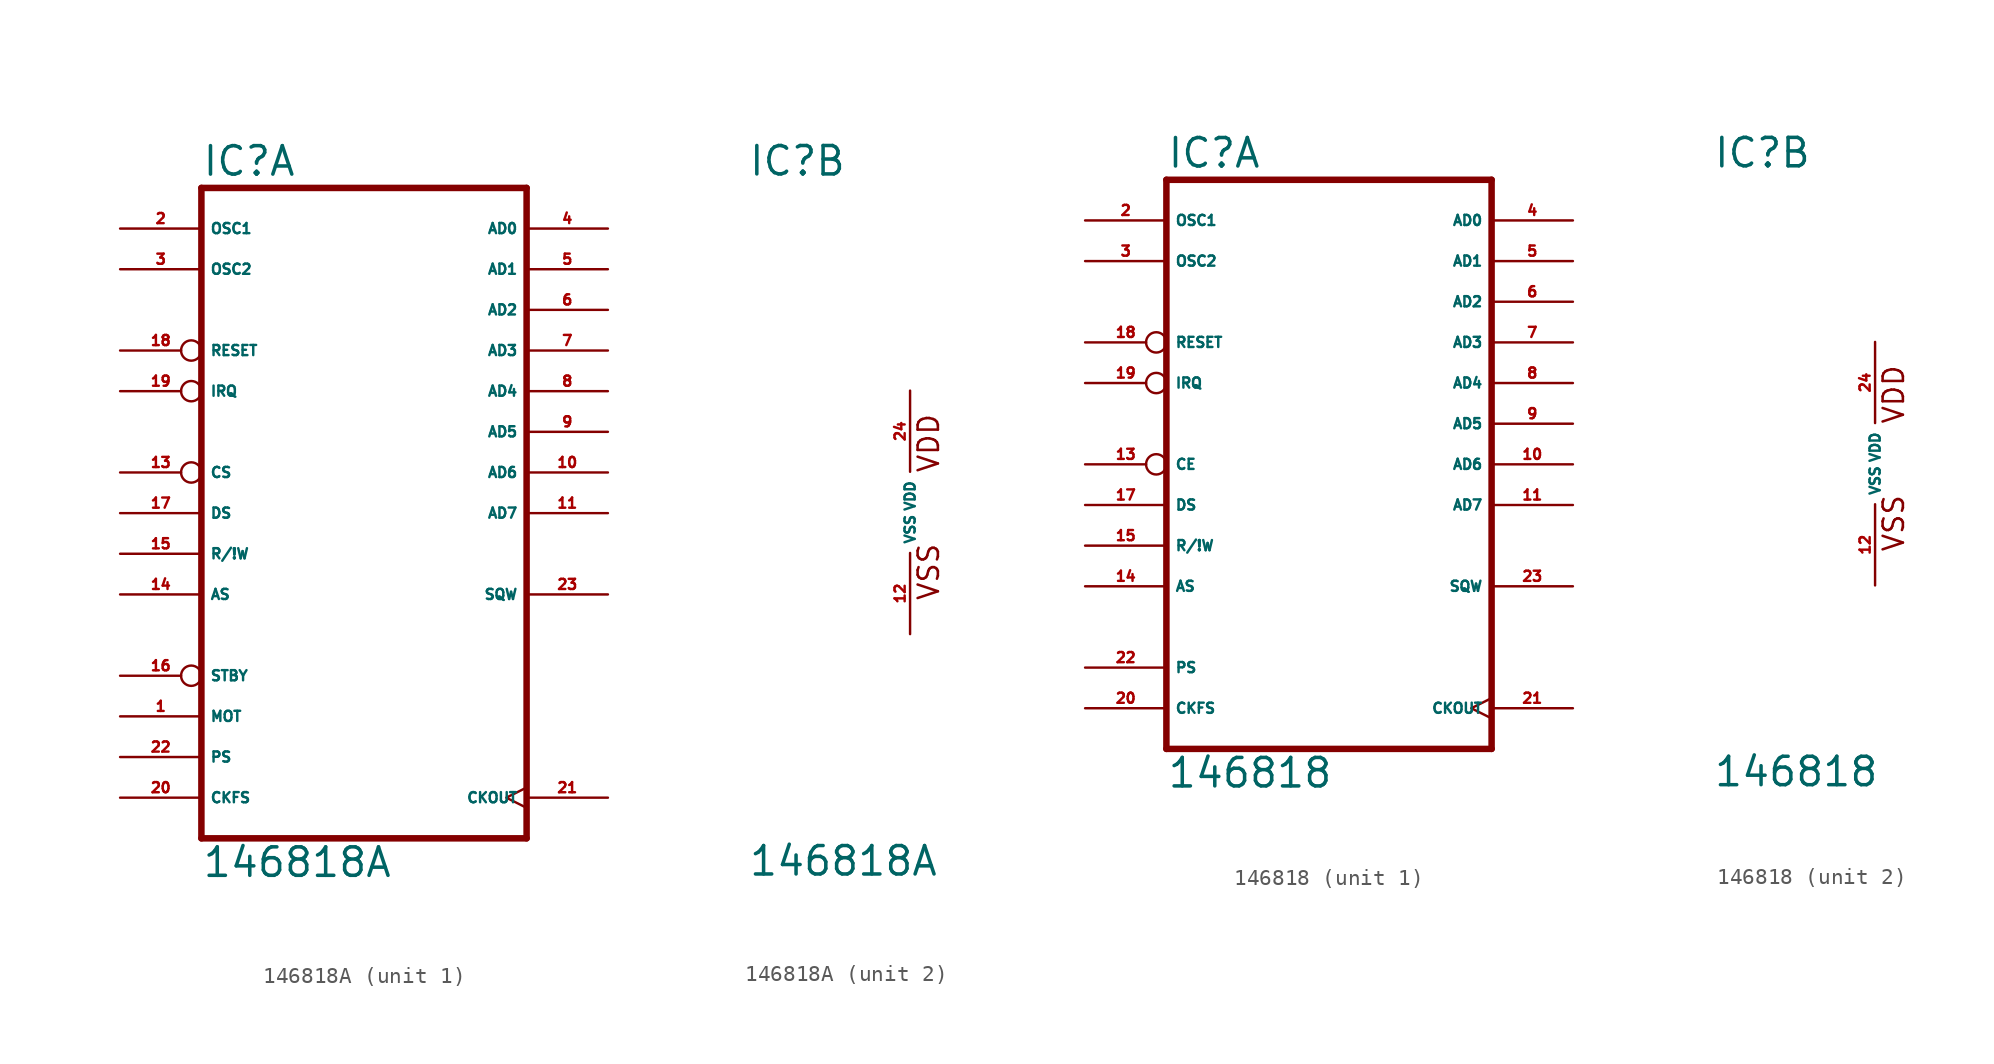
<source format=kicad_sym>
(kicad_symbol_lib
  (version 20220914)
  (generator Eagle2Kicad)
  (symbol "146818A"
    (property "Reference" "IC"
      (at -10.16 20.955 0)
      (effects (font (size 1.778 1.778) (thickness 0.22)) (justify left bottom)))
    (property "Value" "146818A"
      (at -10.16 -22.86 0)
      (effects (font (size 1.778 1.778) (thickness 0.22)) (justify left bottom)))
    (symbol "146818A_1_0"
      (polyline (pts (xy -10.16 -20.32) (xy 10.16 -20.32)) (stroke (width 0.406) (type default)) (fill (type none)))
      (polyline (pts (xy 10.16 -20.32) (xy 10.16 20.32)) (stroke (width 0.406) (type default)) (fill (type none)))
      (polyline (pts (xy 10.16 20.32) (xy -10.16 20.32)) (stroke (width 0.406) (type default)) (fill (type none)))
      (polyline (pts (xy -10.16 20.32) (xy -10.16 -20.32)) (stroke (width 0.406) (type default)) (fill (type none)))
      (pin input line (at -15.24 -12.7 0) (length 5.08) (name "MOT" (effects (font (size 0.635 0.635) (thickness 0.08)) (justify left bottom))) (number "1" (effects (font (size 0.635 0.635) (thickness 0.08)) (justify left bottom))))
      (pin input line (at -15.24 17.78 0) (length 5.08) (name "OSC1" (effects (font (size 0.635 0.635) (thickness 0.08)) (justify left bottom))) (number "2" (effects (font (size 0.635 0.635) (thickness 0.08)) (justify left bottom))))
      (pin passive line (at -15.24 15.24 0) (length 5.08) (name "OSC2" (effects (font (size 0.635 0.635) (thickness 0.08)) (justify left bottom))) (number "3" (effects (font (size 0.635 0.635) (thickness 0.08)) (justify left bottom))))
      (pin bidirectional line (at 15.24 17.78 180) (length 5.08) (name "AD0" (effects (font (size 0.635 0.635) (thickness 0.08)) (justify left bottom))) (number "4" (effects (font (size 0.635 0.635) (thickness 0.08)) (justify left bottom))))
      (pin bidirectional line (at 15.24 15.24 180) (length 5.08) (name "AD1" (effects (font (size 0.635 0.635) (thickness 0.08)) (justify left bottom))) (number "5" (effects (font (size 0.635 0.635) (thickness 0.08)) (justify left bottom))))
      (pin bidirectional line (at 15.24 12.7 180) (length 5.08) (name "AD2" (effects (font (size 0.635 0.635) (thickness 0.08)) (justify left bottom))) (number "6" (effects (font (size 0.635 0.635) (thickness 0.08)) (justify left bottom))))
      (pin bidirectional line (at 15.24 10.16 180) (length 5.08) (name "AD3" (effects (font (size 0.635 0.635) (thickness 0.08)) (justify left bottom))) (number "7" (effects (font (size 0.635 0.635) (thickness 0.08)) (justify left bottom))))
      (pin bidirectional line (at 15.24 7.62 180) (length 5.08) (name "AD4" (effects (font (size 0.635 0.635) (thickness 0.08)) (justify left bottom))) (number "8" (effects (font (size 0.635 0.635) (thickness 0.08)) (justify left bottom))))
      (pin bidirectional line (at 15.24 5.08 180) (length 5.08) (name "AD5" (effects (font (size 0.635 0.635) (thickness 0.08)) (justify left bottom))) (number "9" (effects (font (size 0.635 0.635) (thickness 0.08)) (justify left bottom))))
      (pin bidirectional line (at 15.24 2.54 180) (length 5.08) (name "AD6" (effects (font (size 0.635 0.635) (thickness 0.08)) (justify left bottom))) (number "10" (effects (font (size 0.635 0.635) (thickness 0.08)) (justify left bottom))))
      (pin bidirectional line (at 15.24 0 180) (length 5.08) (name "AD7" (effects (font (size 0.635 0.635) (thickness 0.08)) (justify left bottom))) (number "11" (effects (font (size 0.635 0.635) (thickness 0.08)) (justify left bottom))))
      (pin input inverted (at -15.24 2.54 0) (length 5.08) (name "CS" (effects (font (size 0.635 0.635) (thickness 0.08)) (justify left bottom))) (number "13" (effects (font (size 0.635 0.635) (thickness 0.08)) (justify left bottom))))
      (pin input line (at -15.24 -5.08 0) (length 5.08) (name "AS" (effects (font (size 0.635 0.635) (thickness 0.08)) (justify left bottom))) (number "14" (effects (font (size 0.635 0.635) (thickness 0.08)) (justify left bottom))))
      (pin input line (at -15.24 -2.54 0) (length 5.08) (name "R/!W" (effects (font (size 0.635 0.635) (thickness 0.08)) (justify left bottom))) (number "15" (effects (font (size 0.635 0.635) (thickness 0.08)) (justify left bottom))))
      (pin input inverted (at -15.24 -10.16 0) (length 5.08) (name "STBY" (effects (font (size 0.635 0.635) (thickness 0.08)) (justify left bottom))) (number "16" (effects (font (size 0.635 0.635) (thickness 0.08)) (justify left bottom))))
      (pin input line (at -15.24 0 0) (length 5.08) (name "DS" (effects (font (size 0.635 0.635) (thickness 0.08)) (justify left bottom))) (number "17" (effects (font (size 0.635 0.635) (thickness 0.08)) (justify left bottom))))
      (pin input inverted (at -15.24 10.16 0) (length 5.08) (name "RESET" (effects (font (size 0.635 0.635) (thickness 0.08)) (justify left bottom))) (number "18" (effects (font (size 0.635 0.635) (thickness 0.08)) (justify left bottom))))
      (pin output inverted (at -15.24 7.62 0) (length 5.08) (name "IRQ" (effects (font (size 0.635 0.635) (thickness 0.08)) (justify left bottom))) (number "19" (effects (font (size 0.635 0.635) (thickness 0.08)) (justify left bottom))))
      (pin input line (at -15.24 -17.78 0) (length 5.08) (name "CKFS" (effects (font (size 0.635 0.635) (thickness 0.08)) (justify left bottom))) (number "20" (effects (font (size 0.635 0.635) (thickness 0.08)) (justify left bottom))))
      (pin output clock (at 15.24 -17.78 180) (length 5.08) (name "CKOUT" (effects (font (size 0.635 0.635) (thickness 0.08)) (justify left bottom))) (number "21" (effects (font (size 0.635 0.635) (thickness 0.08)) (justify left bottom))))
      (pin input line (at -15.24 -15.24 0) (length 5.08) (name "PS" (effects (font (size 0.635 0.635) (thickness 0.08)) (justify left bottom))) (number "22" (effects (font (size 0.635 0.635) (thickness 0.08)) (justify left bottom))))
      (pin output line (at 15.24 -5.08 180) (length 5.08) (name "SQW" (effects (font (size 0.635 0.635) (thickness 0.08)) (justify left bottom))) (number "23" (effects (font (size 0.635 0.635) (thickness 0.08)) (justify left bottom)))))
    (symbol "146818A_2_0"
      (text "VSS" (at 1.905 -5.588 900) (effects (font (size 1.27 1.27) (thickness 0.16)) (justify left bottom)))
      (text "VDD" (at 1.905 2.413 900) (effects (font (size 1.27 1.27) (thickness 0.16)) (justify left bottom)))
      (pin unspecified line (at 0 -7.62 90) (length 5.08) (name "VSS" (effects (font (size 0.635 0.635) (thickness 0.08)) (justify left bottom))) (number "12" (effects (font (size 0.635 0.635) (thickness 0.08)) (justify left bottom))))
      (pin unspecified line (at 0 7.62 270) (length 5.08) (name "VDD" (effects (font (size 0.635 0.635) (thickness 0.08)) (justify left bottom))) (number "24" (effects (font (size 0.635 0.635) (thickness 0.08)) (justify left bottom))))))
  (symbol "146818"
    (property "Reference" "IC"
      (at -10.16 18.415 0)
      (effects (font (size 1.778 1.778) (thickness 0.22)) (justify left bottom)))
    (property "Value" "146818"
      (at -10.16 -20.32 0)
      (effects (font (size 1.778 1.778) (thickness 0.22)) (justify left bottom)))
    (symbol "146818_1_0"
      (polyline (pts (xy -10.16 -17.78) (xy 10.16 -17.78)) (stroke (width 0.406) (type default)) (fill (type none)))
      (polyline (pts (xy 10.16 -17.78) (xy 10.16 17.78)) (stroke (width 0.406) (type default)) (fill (type none)))
      (polyline (pts (xy 10.16 17.78) (xy -10.16 17.78)) (stroke (width 0.406) (type default)) (fill (type none)))
      (polyline (pts (xy -10.16 17.78) (xy -10.16 -17.78)) (stroke (width 0.406) (type default)) (fill (type none)))
      (pin input line (at -15.24 15.24 0) (length 5.08) (name "OSC1" (effects (font (size 0.635 0.635) (thickness 0.08)) (justify left bottom))) (number "2" (effects (font (size 0.635 0.635) (thickness 0.08)) (justify left bottom))))
      (pin passive line (at -15.24 12.7 0) (length 5.08) (name "OSC2" (effects (font (size 0.635 0.635) (thickness 0.08)) (justify left bottom))) (number "3" (effects (font (size 0.635 0.635) (thickness 0.08)) (justify left bottom))))
      (pin bidirectional line (at 15.24 15.24 180) (length 5.08) (name "AD0" (effects (font (size 0.635 0.635) (thickness 0.08)) (justify left bottom))) (number "4" (effects (font (size 0.635 0.635) (thickness 0.08)) (justify left bottom))))
      (pin bidirectional line (at 15.24 12.7 180) (length 5.08) (name "AD1" (effects (font (size 0.635 0.635) (thickness 0.08)) (justify left bottom))) (number "5" (effects (font (size 0.635 0.635) (thickness 0.08)) (justify left bottom))))
      (pin bidirectional line (at 15.24 10.16 180) (length 5.08) (name "AD2" (effects (font (size 0.635 0.635) (thickness 0.08)) (justify left bottom))) (number "6" (effects (font (size 0.635 0.635) (thickness 0.08)) (justify left bottom))))
      (pin bidirectional line (at 15.24 7.62 180) (length 5.08) (name "AD3" (effects (font (size 0.635 0.635) (thickness 0.08)) (justify left bottom))) (number "7" (effects (font (size 0.635 0.635) (thickness 0.08)) (justify left bottom))))
      (pin bidirectional line (at 15.24 5.08 180) (length 5.08) (name "AD4" (effects (font (size 0.635 0.635) (thickness 0.08)) (justify left bottom))) (number "8" (effects (font (size 0.635 0.635) (thickness 0.08)) (justify left bottom))))
      (pin bidirectional line (at 15.24 2.54 180) (length 5.08) (name "AD5" (effects (font (size 0.635 0.635) (thickness 0.08)) (justify left bottom))) (number "9" (effects (font (size 0.635 0.635) (thickness 0.08)) (justify left bottom))))
      (pin bidirectional line (at 15.24 0 180) (length 5.08) (name "AD6" (effects (font (size 0.635 0.635) (thickness 0.08)) (justify left bottom))) (number "10" (effects (font (size 0.635 0.635) (thickness 0.08)) (justify left bottom))))
      (pin bidirectional line (at 15.24 -2.54 180) (length 5.08) (name "AD7" (effects (font (size 0.635 0.635) (thickness 0.08)) (justify left bottom))) (number "11" (effects (font (size 0.635 0.635) (thickness 0.08)) (justify left bottom))))
      (pin input inverted (at -15.24 0 0) (length 5.08) (name "CE" (effects (font (size 0.635 0.635) (thickness 0.08)) (justify left bottom))) (number "13" (effects (font (size 0.635 0.635) (thickness 0.08)) (justify left bottom))))
      (pin input line (at -15.24 -7.62 0) (length 5.08) (name "AS" (effects (font (size 0.635 0.635) (thickness 0.08)) (justify left bottom))) (number "14" (effects (font (size 0.635 0.635) (thickness 0.08)) (justify left bottom))))
      (pin input line (at -15.24 -5.08 0) (length 5.08) (name "R/!W" (effects (font (size 0.635 0.635) (thickness 0.08)) (justify left bottom))) (number "15" (effects (font (size 0.635 0.635) (thickness 0.08)) (justify left bottom))))
      (pin input line (at -15.24 -2.54 0) (length 5.08) (name "DS" (effects (font (size 0.635 0.635) (thickness 0.08)) (justify left bottom))) (number "17" (effects (font (size 0.635 0.635) (thickness 0.08)) (justify left bottom))))
      (pin input inverted (at -15.24 7.62 0) (length 5.08) (name "RESET" (effects (font (size 0.635 0.635) (thickness 0.08)) (justify left bottom))) (number "18" (effects (font (size 0.635 0.635) (thickness 0.08)) (justify left bottom))))
      (pin output inverted (at -15.24 5.08 0) (length 5.08) (name "IRQ" (effects (font (size 0.635 0.635) (thickness 0.08)) (justify left bottom))) (number "19" (effects (font (size 0.635 0.635) (thickness 0.08)) (justify left bottom))))
      (pin input line (at -15.24 -15.24 0) (length 5.08) (name "CKFS" (effects (font (size 0.635 0.635) (thickness 0.08)) (justify left bottom))) (number "20" (effects (font (size 0.635 0.635) (thickness 0.08)) (justify left bottom))))
      (pin output clock (at 15.24 -15.24 180) (length 5.08) (name "CKOUT" (effects (font (size 0.635 0.635) (thickness 0.08)) (justify left bottom))) (number "21" (effects (font (size 0.635 0.635) (thickness 0.08)) (justify left bottom))))
      (pin input line (at -15.24 -12.7 0) (length 5.08) (name "PS" (effects (font (size 0.635 0.635) (thickness 0.08)) (justify left bottom))) (number "22" (effects (font (size 0.635 0.635) (thickness 0.08)) (justify left bottom))))
      (pin output line (at 15.24 -7.62 180) (length 5.08) (name "SQW" (effects (font (size 0.635 0.635) (thickness 0.08)) (justify left bottom))) (number "23" (effects (font (size 0.635 0.635) (thickness 0.08)) (justify left bottom)))))
    (symbol "146818_2_0"
      (text "VSS" (at 1.905 -5.588 900) (effects (font (size 1.27 1.27) (thickness 0.16)) (justify left bottom)))
      (text "VDD" (at 1.905 2.413 900) (effects (font (size 1.27 1.27) (thickness 0.16)) (justify left bottom)))
      (pin unspecified line (at 0 -7.62 90) (length 5.08) (name "VSS" (effects (font (size 0.635 0.635) (thickness 0.08)) (justify left bottom))) (number "12" (effects (font (size 0.635 0.635) (thickness 0.08)) (justify left bottom))))
      (pin unspecified line (at 0 7.62 270) (length 5.08) (name "VDD" (effects (font (size 0.635 0.635) (thickness 0.08)) (justify left bottom))) (number "24" (effects (font (size 0.635 0.635) (thickness 0.08)) (justify left bottom)))))))
</source>
